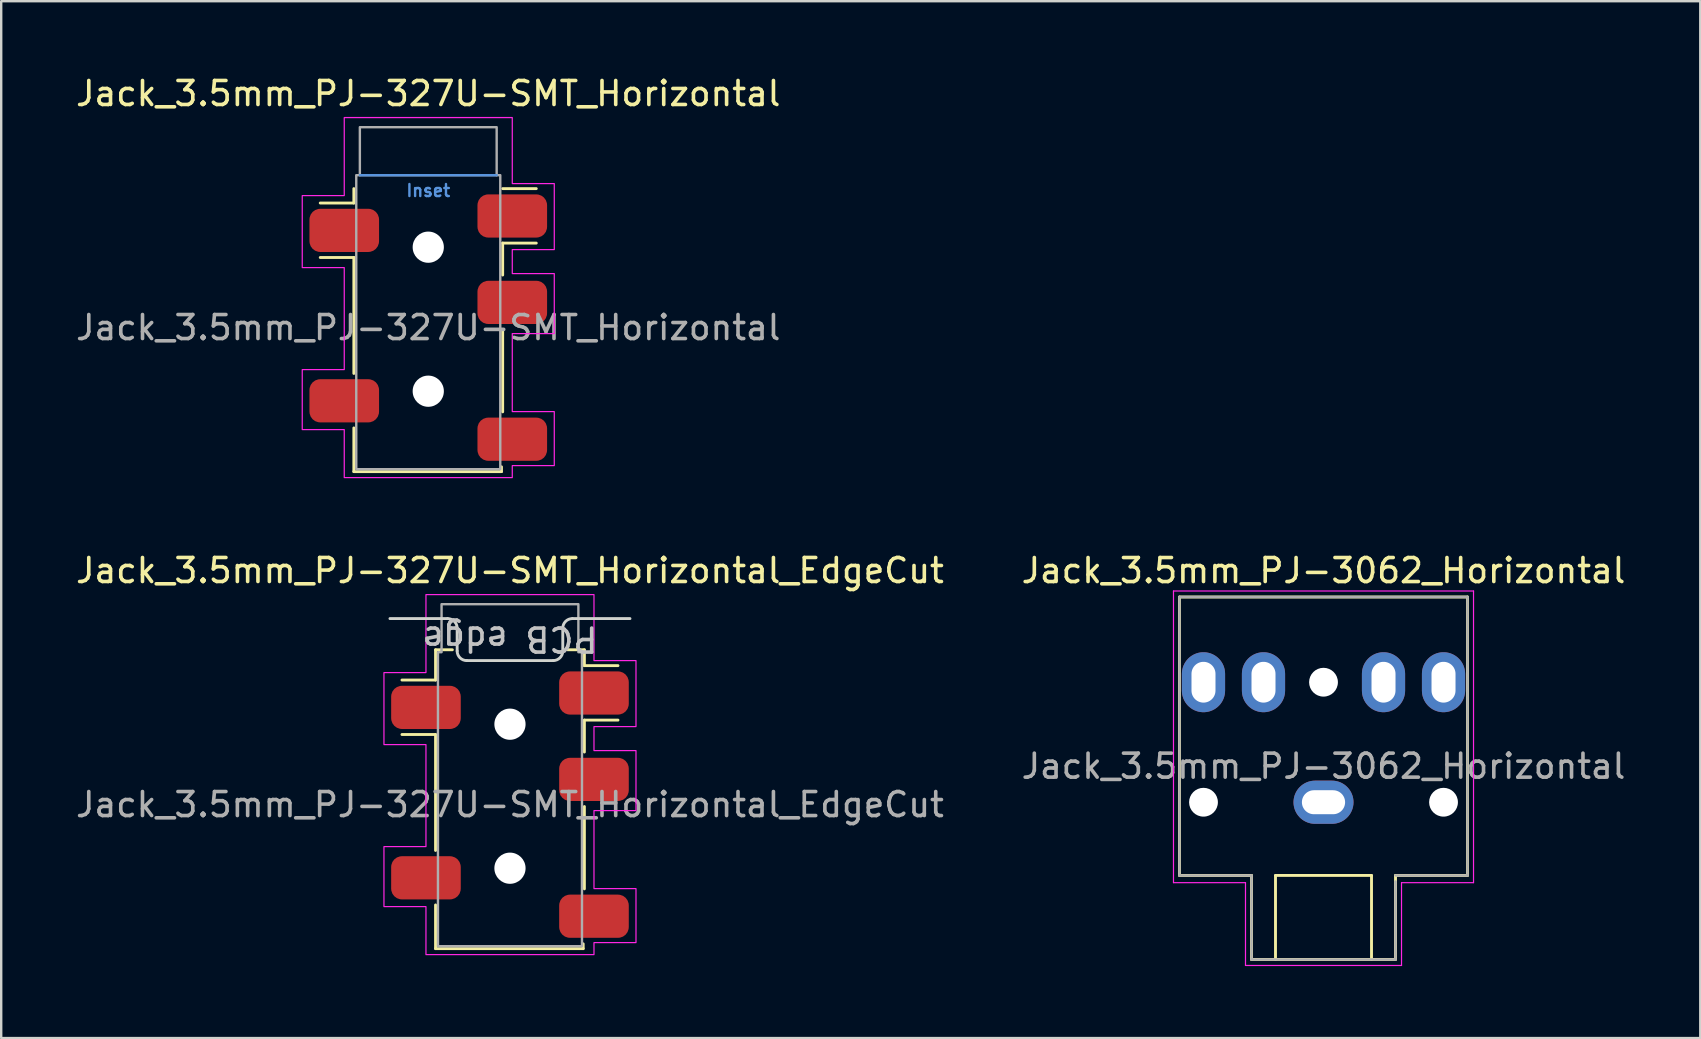
<source format=kicad_pcb>
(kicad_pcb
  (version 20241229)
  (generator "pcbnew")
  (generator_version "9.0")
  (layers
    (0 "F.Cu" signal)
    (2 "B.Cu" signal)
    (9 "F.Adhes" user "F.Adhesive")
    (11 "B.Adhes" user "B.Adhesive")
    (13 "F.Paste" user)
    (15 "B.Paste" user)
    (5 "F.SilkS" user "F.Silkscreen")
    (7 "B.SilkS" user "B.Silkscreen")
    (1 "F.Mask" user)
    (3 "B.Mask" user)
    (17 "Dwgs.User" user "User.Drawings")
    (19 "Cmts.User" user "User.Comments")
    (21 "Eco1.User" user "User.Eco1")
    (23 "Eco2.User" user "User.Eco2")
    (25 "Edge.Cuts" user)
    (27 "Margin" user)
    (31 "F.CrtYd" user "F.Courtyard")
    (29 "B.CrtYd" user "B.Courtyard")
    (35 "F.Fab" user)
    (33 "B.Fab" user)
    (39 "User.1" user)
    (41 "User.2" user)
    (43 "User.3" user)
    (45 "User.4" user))
  (footprint "Jack_3.5mm_PJ-3062_Horizontal"
    (layer "F.Cu")
    (at 52.089 30.372)
    (property "Reference" "Jack_3.5mm_PJ-3062_Horizontal" (at 0 -9.65 0) (layer "F.SilkS") (effects (font (size 1 1) (thickness 0.15))))
    (attr through_hole exclude_from_pos_files exclude_from_bom)
    (fp_line (start -6 -8.55) (end 6 -8.55) (stroke (width 0.12) (type solid)) (layer "F.SilkS"))
    (fp_line (start -6 3.05) (end -6 -8.55) (stroke (width 0.12) (type solid)) (layer "F.SilkS"))
    (fp_line (start -3 3.05) (end -6 3.05) (stroke (width 0.12) (type solid)) (layer "F.SilkS"))
    (fp_line (start -3 6.55) (end -3 3.05) (stroke (width 0.12) (type solid)) (layer "F.SilkS"))
    (fp_line (start -2 3.05) (end -2 6.55) (stroke (width 0.12) (type solid)) (layer "F.SilkS"))
    (fp_line (start 2 3.05) (end -2 3.05) (stroke (width 0.12) (type solid)) (layer "F.SilkS"))
    (fp_line (start 2 6.55) (end 2 3.05) (stroke (width 0.12) (type solid)) (layer "F.SilkS"))
    (fp_line (start 3 3.05) (end 3 6.55) (stroke (width 0.12) (type solid)) (layer "F.SilkS"))
    (fp_line (start 3 6.55) (end -3 6.55) (stroke (width 0.12) (type solid)) (layer "F.SilkS"))
    (fp_line (start 6 -8.55) (end 6 3.05) (stroke (width 0.12) (type solid)) (layer "F.SilkS"))
    (fp_line (start 6 3.05) (end 3 3.05) (stroke (width 0.12) (type solid)) (layer "F.SilkS"))
    (fp_line (start -6.25 -8.8) (end -6.25 3.35) (stroke (width 0.05) (type solid)) (layer "F.CrtYd"))
    (fp_line (start -6.25 3.35) (end -3.25 3.35) (stroke (width 0.05) (type solid)) (layer "F.CrtYd"))
    (fp_line (start -3.25 3.35) (end -3.25 6.8) (stroke (width 0.05) (type solid)) (layer "F.CrtYd"))
    (fp_line (start -3.25 6.8) (end 3.25 6.8) (stroke (width 0.05) (type solid)) (layer "F.CrtYd"))
    (fp_line (start 3.25 3.35) (end 6.25 3.35) (stroke (width 0.05) (type solid)) (layer "F.CrtYd"))
    (fp_line (start 3.25 6.8) (end 3.25 3.35) (stroke (width 0.05) (type solid)) (layer "F.CrtYd"))
    (fp_line (start 6.25 -8.8) (end -6.25 -8.8) (stroke (width 0.05) (type solid)) (layer "F.CrtYd"))
    (fp_line (start 6.25 3.35) (end 6.25 -8.8) (stroke (width 0.05) (type solid)) (layer "F.CrtYd"))
    (fp_line (start -6 -8.55) (end 6 -8.55) (stroke (width 0.1) (type solid)) (layer "F.Fab"))
    (fp_line (start -6 3.05) (end -6 -8.55) (stroke (width 0.1) (type solid)) (layer "F.Fab"))
    (fp_line (start -3 3.05) (end -6 3.05) (stroke (width 0.1) (type solid)) (layer "F.Fab"))
    (fp_line (start -3 3.05) (end -3 6.55) (stroke (width 0.1) (type solid)) (layer "F.Fab"))
    (fp_line (start -3 6.55) (end 3 6.55) (stroke (width 0.1) (type solid)) (layer "F.Fab"))
    (fp_line (start 3 3.05) (end 6 3.05) (stroke (width 0.1) (type solid)) (layer "F.Fab"))
    (fp_line (start 3 3.3) (end 3 6.55) (stroke (width 0.1) (type solid)) (layer "F.Fab"))
    (fp_line (start 6 3.05) (end 6 -8.55) (stroke (width 0.1) (type solid)) (layer "F.Fab"))
    (fp_text user "${REFERENCE}" (at 0 -1.5 0) (layer "F.Fab") (effects (font (size 1 1) (thickness 0.15))))
    (pad "" np_thru_hole circle (at -5 0) (size 1.2 1.2) (drill 1.2) (layers "*.Cu" "*.Mask"))
    (pad "" np_thru_hole circle (at 0 -5) (size 1.2 1.2) (drill 1.2) (layers "*.Cu" "*.Mask"))
    (pad "" np_thru_hole circle (at 5 0) (size 1.2 1.2) (drill 1.2) (layers "*.Cu" "*.Mask"))
    (pad "R" thru_hole oval (at -5 -5) (size 1.8 2.5) (drill oval 1 1.7) (layers "*.Cu" "*.Mask"))
    (pad "RN" thru_hole oval (at -2.5 -5) (size 1.8 2.5) (drill oval 1 1.7) (layers "*.Cu" "*.Mask"))
    (pad "S" thru_hole oval (at 0 0) (size 2.5 1.8) (drill oval 1.8 1) (layers "*.Cu" "*.Mask"))
    (pad "T" thru_hole oval (at 5 -5 180) (size 1.8 2.5) (drill oval 1 1.7) (layers "*.Cu" "*.Mask"))
    (pad "TN" thru_hole oval (at 2.5 -5 180) (size 1.8 2.5) (drill oval 1 1.7) (layers "*.Cu" "*.Mask")))
  (footprint "Jack_3.5mm_PJ-327U-SMT_Horizontal"
    (layer "F.Cu")
    (at 14.792 10.848)
    (property "Reference" "Jack_3.5mm_PJ-327U-SMT_Horizontal" (at 0 -10 0) (layer "F.SilkS") (effects (font (size 1 1) (thickness 0.15))))
    (attr smd)
    (fp_line (start -4.5 -5.44) (end -3.1 -5.44) (stroke (width 0.12) (type default)) (layer "F.SilkS"))
    (fp_line (start -4.5 -3.17) (end -3.1 -3.17) (stroke (width 0.12) (type default)) (layer "F.SilkS"))
    (fp_line (start -3.1 -5.44) (end -3.1 -6.04) (stroke (width 0.12) (type solid)) (layer "F.SilkS"))
    (fp_line (start -3.1 1.66) (end -3.1 -3.17) (stroke (width 0.12) (type solid)) (layer "F.SilkS"))
    (fp_line (start -3.1 5.75) (end -3.1 3.93) (stroke (width 0.12) (type solid)) (layer "F.SilkS"))
    (fp_line (start -3.1 5.75) (end 3.05 5.75) (stroke (width 0.12) (type solid)) (layer "F.SilkS"))
    (fp_line (start 3.05 5.75) (end 3.05 5.55) (stroke (width 0.12) (type default)) (layer "F.SilkS"))
    (fp_line (start 3.1 -6.04) (end 4.5 -6.04) (stroke (width 0.12) (type default)) (layer "F.SilkS"))
    (fp_line (start 3.1 -3.77) (end 3.1 -2.44) (stroke (width 0.12) (type solid)) (layer "F.SilkS"))
    (fp_line (start 3.1 -3.77) (end 4.5 -3.77) (stroke (width 0.12) (type default)) (layer "F.SilkS"))
    (fp_line (start 3.1 -0.17) (end 3.1 3.26) (stroke (width 0.12) (type solid)) (layer "F.SilkS"))
    (fp_line (start -2.85 -6.6) (end 2.85 -6.6) (stroke (width 0.1) (type default)) (layer "Cmts.User"))
    (fp_poly (pts (xy -5.25 1.5) (xy -3.5 1.5) (xy -3.5 -2.75) (xy -5.25 -2.75) (xy -5.25 -5.75) (xy -3.5 -5.75) (xy -3.5 -9) (xy 3.5 -9) (xy 3.5 -6.25) (xy 5.25 -6.25) (xy 5.25 -3.5) (xy 3.5 -3.5) (xy 3.5 -2.5) (xy 5.25 -2.5) (xy 5.25 0) (xy 3.5 0) (xy 3.5 3.25) (xy 5.25 3.25) (xy 5.25 5.5) (xy 3.5 5.5) (xy 3.5 6) (xy -3.5 6) (xy -3.5 4) (xy -5.25 4)) (stroke (width 0.05) (type solid)) (fill no) (layer "F.CrtYd"))
    (fp_line (start -2.85 -6.6) (end 2.85 -6.6) (stroke (width 0.1) (type default)) (layer "F.Fab"))
    (fp_circle (center 0 -3.6) (end 0.5 -3.6) (stroke (width 0.1) (type solid)) (fill no) (layer "F.Fab"))
    (fp_circle (center 0 2.4) (end 0.5 2.4) (stroke (width 0.1) (type solid)) (fill no) (layer "F.Fab"))
    (fp_poly (pts (xy -3 -6.6) (xy -3 5.65) (xy 3 5.65) (xy 3 -6.6) (xy 2.85 -6.6) (xy 2.85 -8.6) (xy -2.85 -8.6) (xy -2.85 -6.6)) (stroke (width 0.1) (type solid)) (fill no) (layer "F.Fab"))
    (fp_text user "Inset" (at 0 -6.25 0) (layer "Cmts.User") (effects (font (size 0.5 0.5) (thickness 0.1) (bold yes)) (justify top)))
    (fp_text user "${REFERENCE}" (at 0 -0.25 0) (layer "F.Fab") (effects (font (size 1 1) (thickness 0.15))))
    (pad "" np_thru_hole circle (at 0 -3.6) (size 1.3 1.3) (drill 1.3) (layers "*.Cu" "*.Mask"))
    (pad "" np_thru_hole circle (at 0 2.4) (size 1.3 1.3) (drill 1.3) (layers "*.Cu" "*.Mask"))
    (pad "R" smd roundrect (at 3.5 -1.3 90) (size 1.8 2.9) (layers "F.Cu" "F.Mask" "F.Paste") (roundrect_rratio 0.25))
    (pad "S" smd roundrect (at -3.5 -4.3 90) (size 1.8 2.9) (layers "F.Cu" "F.Mask" "F.Paste") (roundrect_rratio 0.25))
    (pad "S" smd roundrect (at 3.5 -4.9 90) (size 1.8 2.9) (layers "F.Cu" "F.Mask" "F.Paste") (roundrect_rratio 0.25))
    (pad "T" smd roundrect (at -3.5 2.8 90) (size 1.8 2.9) (layers "F.Cu" "F.Mask" "F.Paste") (roundrect_rratio 0.25))
    (pad "TN" smd roundrect (at 3.5 4.4 90) (size 1.8 2.9) (layers "F.Cu" "F.Mask" "F.Paste") (roundrect_rratio 0.25)))
  (footprint "Jack_3.5mm_PJ-327U-SMT_Horizontal_EdgeCut"
    (layer "F.Cu")
    (at 18.196 30.721)
    (property "Reference" "Jack_3.5mm_PJ-327U-SMT_Horizontal_EdgeCut" (at 0 -10 0) (layer "F.SilkS") (effects (font (size 1 1) (thickness 0.15))))
    (attr smd)
    (fp_line (start -4.5 -5.44) (end -3.1 -5.44) (stroke (width 0.12) (type default)) (layer "F.SilkS"))
    (fp_line (start -4.5 -3.17) (end -3.1 -3.17) (stroke (width 0.12) (type default)) (layer "F.SilkS"))
    (fp_line (start -3.1 -5.44) (end -3.1 -6.7) (stroke (width 0.12) (type solid)) (layer "F.SilkS"))
    (fp_line (start -3.1 1.66) (end -3.1 -3.17) (stroke (width 0.12) (type solid)) (layer "F.SilkS"))
    (fp_line (start -3.1 5.75) (end -3.1 3.93) (stroke (width 0.12) (type solid)) (layer "F.SilkS"))
    (fp_line (start -3.1 5.75) (end 3.05 5.75) (stroke (width 0.12) (type solid)) (layer "F.SilkS"))
    (fp_line (start -2.4 -6.7) (end -3.1 -6.7) (stroke (width 0.12) (type default)) (layer "F.SilkS"))
    (fp_line (start 3.05 5.75) (end 3.05 5.55) (stroke (width 0.12) (type default)) (layer "F.SilkS"))
    (fp_line (start 3.1 -6.7) (end 2.4 -6.7) (stroke (width 0.12) (type default)) (layer "F.SilkS"))
    (fp_line (start 3.1 -6.7) (end 3.1 -6.04) (stroke (width 0.12) (type solid)) (layer "F.SilkS"))
    (fp_line (start 3.1 -6.04) (end 4.5 -6.04) (stroke (width 0.12) (type default)) (layer "F.SilkS"))
    (fp_line (start 3.1 -3.77) (end 3.1 -2.44) (stroke (width 0.12) (type solid)) (layer "F.SilkS"))
    (fp_line (start 3.1 -3.77) (end 4.5 -3.77) (stroke (width 0.12) (type default)) (layer "F.SilkS"))
    (fp_line (start 3.1 -0.17) (end 3.1 3.26) (stroke (width 0.12) (type solid)) (layer "F.SilkS"))
    (fp_line (start -2.6 -8) (end -5 -8) (stroke (width 0.12) (type solid)) (layer "Edge.Cuts"))
    (fp_line (start -2.2 -6.65) (end -2.2 -7.6) (stroke (width 0.12) (type solid)) (layer "Edge.Cuts"))
    (fp_line (start -1.8 -6.25) (end 1.8 -6.25) (stroke (width 0.12) (type solid)) (layer "Edge.Cuts"))
    (fp_line (start 2.2 -6.65) (end 2.2 -7.6) (stroke (width 0.12) (type solid)) (layer "Edge.Cuts"))
    (fp_line (start 2.6 -8) (end 5 -8) (stroke (width 0.12) (type solid)) (layer "Edge.Cuts"))
    (fp_arc (start -2.6 -8) (mid -2.317157 -7.882843) (end -2.2 -7.6) (stroke (width 0.12) (type solid)) (layer "Edge.Cuts"))
    (fp_arc (start -1.8 -6.25) (mid -2.082843 -6.367157) (end -2.2 -6.65) (stroke (width 0.12) (type solid)) (layer "Edge.Cuts"))
    (fp_arc (start 2.2 -7.6) (mid 2.317157 -7.882843) (end 2.6 -8) (stroke (width 0.12) (type solid)) (layer "Edge.Cuts"))
    (fp_arc (start 2.2 -6.65) (mid 2.082843 -6.367157) (end 1.8 -6.25) (stroke (width 0.12) (type solid)) (layer "Edge.Cuts"))
    (fp_poly (pts (xy -5.25 1.5) (xy -3.5 1.5) (xy -3.5 -2.75) (xy -5.25 -2.75) (xy -5.25 -5.75) (xy -3.5 -5.75) (xy -3.5 -9) (xy 3.5 -9) (xy 3.5 -6.25) (xy 5.25 -6.25) (xy 5.25 -3.5) (xy 3.5 -3.5) (xy 3.5 -2.5) (xy 5.25 -2.5) (xy 5.25 0) (xy 3.5 0) (xy 3.5 3.25) (xy 5.25 3.25) (xy 5.25 5.5) (xy 3.5 5.5) (xy 3.5 6) (xy -3.5 6) (xy -3.5 4) (xy -5.25 4)) (stroke (width 0.05) (type solid)) (fill no) (layer "F.CrtYd"))
    (fp_circle (center 0 -3.6) (end 0.5 -3.6) (stroke (width 0.1) (type solid)) (fill no) (layer "F.Fab"))
    (fp_circle (center 0 2.4) (end 0.5 2.4) (stroke (width 0.1) (type solid)) (fill no) (layer "F.Fab"))
    (fp_poly (pts (xy -3 -6.6) (xy -3 5.65) (xy 3 5.65) (xy 3 -6.6) (xy 2.85 -6.6) (xy 2.85 -8.6) (xy -2.85 -8.6) (xy -2.85 -6.6)) (stroke (width 0.1) (type solid)) (fill no) (layer "F.Fab"))
    (fp_text user "PCB edge" (at 0 -7.15 180) (unlocked yes) (layer "Dwgs.User") (effects (font (size 1 1) (thickness 0.15))))
    (fp_text user "${REFERENCE}" (at 0 -0.25 0) (layer "F.Fab") (effects (font (size 1 1) (thickness 0.15))))
    (pad "" np_thru_hole circle (at 0 -3.6) (size 1.3 1.3) (drill 1.3) (layers "*.Cu" "*.Mask"))
    (pad "" np_thru_hole circle (at 0 2.4) (size 1.3 1.3) (drill 1.3) (layers "*.Cu" "*.Mask"))
    (pad "R" smd roundrect (at 3.5 -1.3 90) (size 1.8 2.9) (layers "F.Cu" "F.Mask" "F.Paste") (roundrect_rratio 0.25))
    (pad "S" smd roundrect (at -3.5 -4.3 90) (size 1.8 2.9) (layers "F.Cu" "F.Mask" "F.Paste") (roundrect_rratio 0.25))
    (pad "S" smd roundrect (at 3.5 -4.9 90) (size 1.8 2.9) (layers "F.Cu" "F.Mask" "F.Paste") (roundrect_rratio 0.25))
    (pad "T" smd roundrect (at -3.5 2.8 90) (size 1.8 2.9) (layers "F.Cu" "F.Mask" "F.Paste") (roundrect_rratio 0.25))
    (pad "TN" smd roundrect (at 3.5 4.4 90) (size 1.8 2.9) (layers "F.Cu" "F.Mask" "F.Paste") (roundrect_rratio 0.25)))
  (gr_rect
    (start -3 -3)
    (end 67.786 40.197)
    (stroke (width 0.1) (type default))
    (fill no)
    (layer "Edge.Cuts")))
</source>
